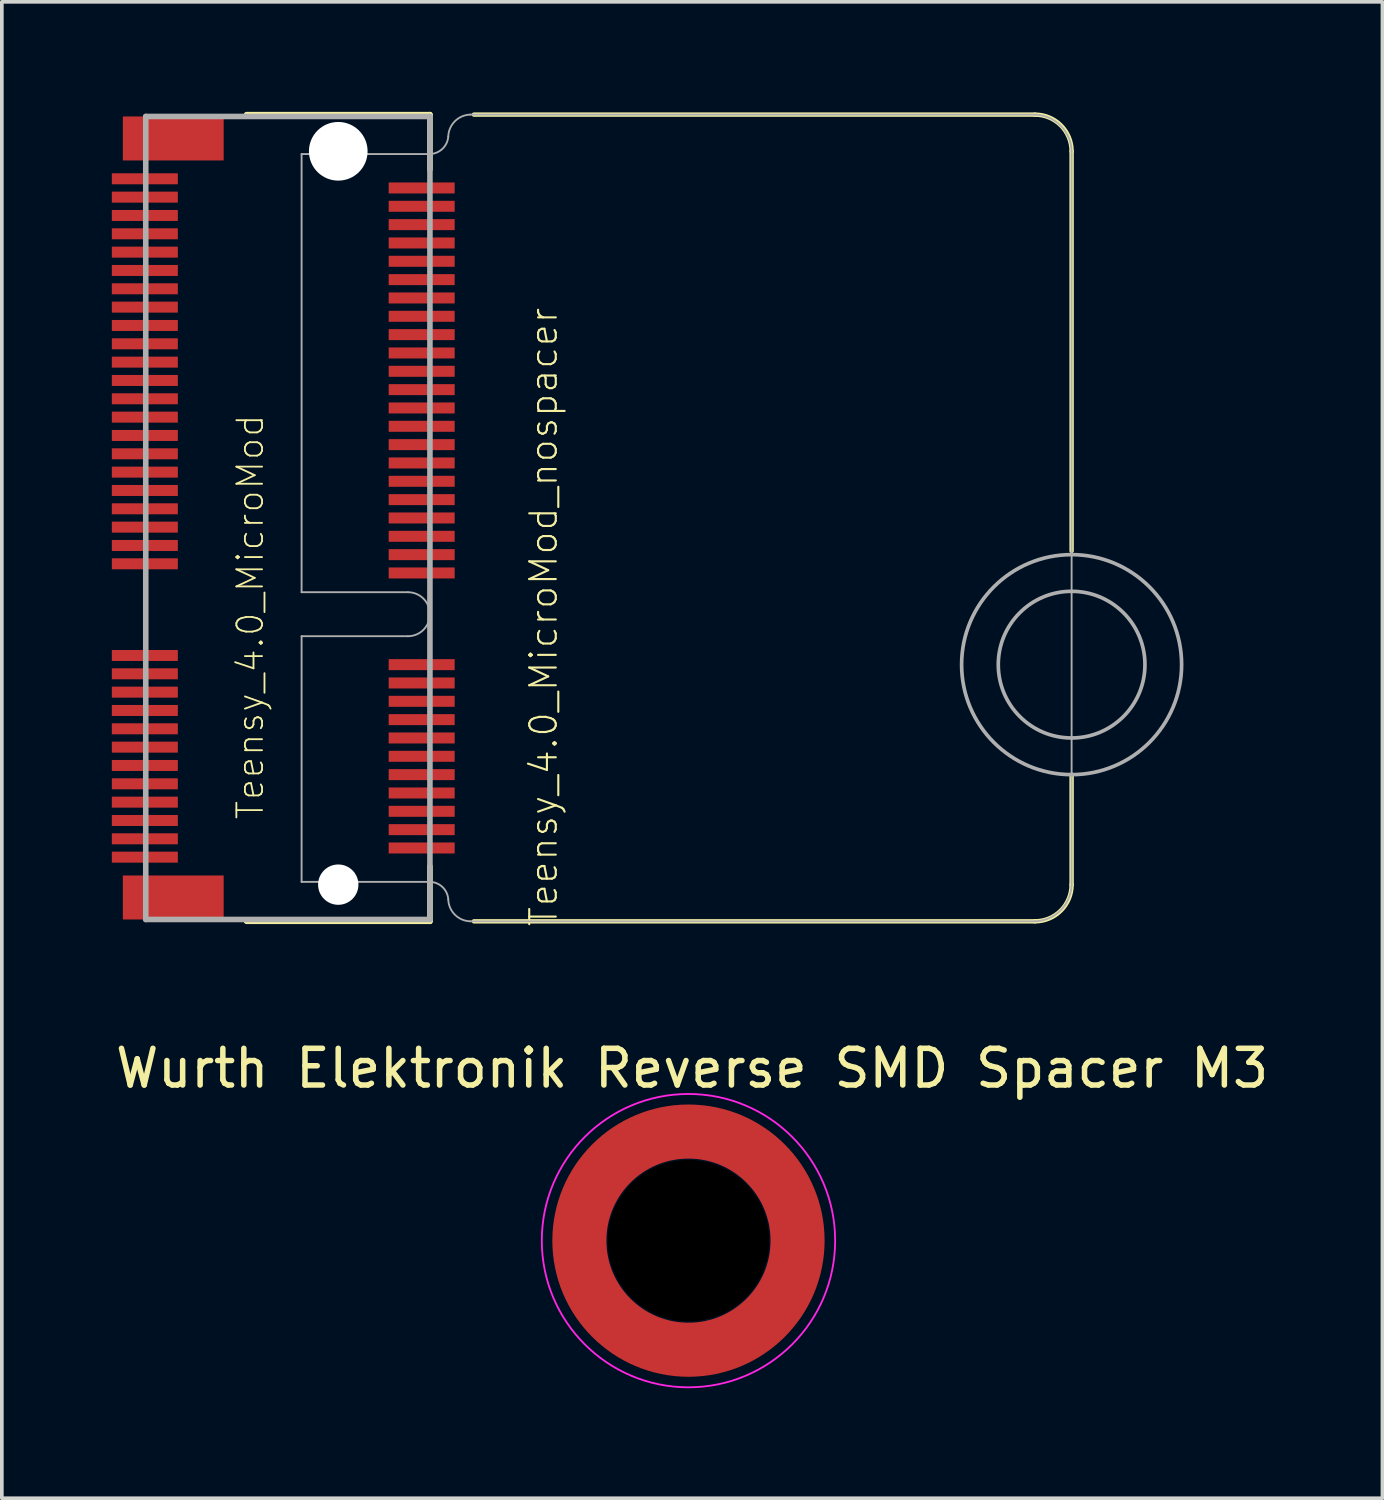
<source format=kicad_pcb>
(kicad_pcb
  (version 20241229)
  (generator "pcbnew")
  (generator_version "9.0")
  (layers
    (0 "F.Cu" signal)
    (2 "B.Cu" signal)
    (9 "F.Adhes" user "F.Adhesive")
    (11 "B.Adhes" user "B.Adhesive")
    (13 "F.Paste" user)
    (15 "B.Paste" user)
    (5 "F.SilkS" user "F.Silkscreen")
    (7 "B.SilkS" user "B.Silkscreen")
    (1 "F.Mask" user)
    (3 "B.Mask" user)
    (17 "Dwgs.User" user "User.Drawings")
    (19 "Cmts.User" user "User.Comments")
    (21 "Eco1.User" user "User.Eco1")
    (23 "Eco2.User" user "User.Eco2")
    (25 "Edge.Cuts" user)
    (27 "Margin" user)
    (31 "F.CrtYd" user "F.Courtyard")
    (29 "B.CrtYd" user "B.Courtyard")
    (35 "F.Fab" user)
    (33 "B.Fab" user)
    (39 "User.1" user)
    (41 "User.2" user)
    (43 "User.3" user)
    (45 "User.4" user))
  (footprint "Wurth Elektronik Reverse SMD Spacer M3"
    (layer "F.Cu")
    (at 15.726 30.785)
    (property "Reference" "Wurth Elektronik Reverse SMD Spacer M3" (at 0.1 -4.7 0) (layer "F.SilkS") (effects (font (size 1.001 1.001) (thickness 0.15))))
    (attr through_hole)
    (fp_circle (center 0 0) (end 2.975 0) (stroke (width 1.475) (type solid)) (fill no) (layer "F.Cu"))
    (fp_circle (center 0 0) (end 3.883 0) (stroke (width 0) (type solid)) (fill yes) (layer "F.Mask"))
    (fp_circle (center 0 0) (end 4 0) (stroke (width 0.05) (type solid)) (fill no) (layer "F.CrtYd"))
    (pad "" np_thru_hole circle (at 0 0) (size 4.4 4.4) (drill 4.4) (layers "*.Mask")))
  (footprint "Teensy_4.0_MicroMod_nospacer"
    (layer "F.Cu")
    (at 8.675 13.776)
    (property "Reference" "Teensy_4.0_MicroMod_nospacer" (at 3.1 0 90) (layer "F.SilkS") (effects (font (size 0.724 0.724) (thickness 0.058))))
    (attr through_hole)
    (fp_line (start -5 -13.7) (end 0 -13.7) (stroke (width 0.152) (type solid)) (layer "F.SilkS"))
    (fp_line (start -5 8.3) (end 0 8.3) (stroke (width 0.152) (type solid)) (layer "F.SilkS"))
    (fp_line (start 0 -12.2) (end 0 -13.7) (stroke (width 0.152) (type solid)) (layer "F.SilkS"))
    (fp_line (start 0 8.3) (end 0 6.8) (stroke (width 0.152) (type solid)) (layer "F.SilkS"))
    (fp_line (start 1.2 -13.7) (end 16.5 -13.7) (stroke (width 0.12) (type solid)) (layer "F.SilkS"))
    (fp_line (start 1.2 8.3) (end 16.5 8.3) (stroke (width 0.12) (type solid)) (layer "F.SilkS"))
    (fp_line (start 17.5 -12.7) (end 17.5 -1.8) (stroke (width 0.12) (type solid)) (layer "F.SilkS"))
    (fp_line (start 17.5 4.3) (end 17.5 7.3) (stroke (width 0.12) (type solid)) (layer "F.SilkS"))
    (fp_arc (start 16.5 -13.7) (mid 17.207107 -13.407107) (end 17.5 -12.7) (stroke (width 0.12) (type solid)) (layer "F.SilkS"))
    (fp_arc (start 17.5 7.3) (mid 17.207107 8.007107) (end 16.5 8.3) (stroke (width 0.12) (type solid)) (layer "F.SilkS"))
    (fp_line (start -7.75 -13.65) (end -7.75 8.25) (stroke (width 0.152) (type solid)) (layer "F.Fab"))
    (fp_line (start -7.75 8.25) (end 0 8.25) (stroke (width 0.152) (type solid)) (layer "F.Fab"))
    (fp_line (start -3.5 -12.625) (end 0 -12.625) (stroke (width 0.051) (type solid)) (layer "F.Fab"))
    (fp_line (start -3.5 -0.675) (end -3.5 -12.625) (stroke (width 0.051) (type solid)) (layer "F.Fab"))
    (fp_line (start -3.5 7.225) (end -3.5 0.525) (stroke (width 0.051) (type solid)) (layer "F.Fab"))
    (fp_line (start -0.6 -0.675) (end -3.5 -0.675) (stroke (width 0.051) (type solid)) (layer "F.Fab"))
    (fp_line (start -0.6 0.525) (end -3.5 0.525) (stroke (width 0.051) (type solid)) (layer "F.Fab"))
    (fp_line (start 0 -13.65) (end -7.75 -13.65) (stroke (width 0.152) (type solid)) (layer "F.Fab"))
    (fp_line (start 0 7.225) (end -3.5 7.225) (stroke (width 0.051) (type solid)) (layer "F.Fab"))
    (fp_line (start 0 8.25) (end 0 -13.65) (stroke (width 0.152) (type solid)) (layer "F.Fab"))
    (fp_line (start 16.5 -13.7) (end 1.1 -13.7) (stroke (width 0.051) (type solid)) (layer "F.Fab"))
    (fp_line (start 16.5 8.3) (end 1.1 8.3) (stroke (width 0.05) (type solid)) (layer "F.Fab"))
    (fp_line (start 17.5 7.3) (end 17.5 -12.7) (stroke (width 0.051) (type solid)) (layer "F.Fab"))
    (fp_arc (start -0.6 -0.675) (mid 0 -0.075) (end -0.6 0.525) (stroke (width 0.0508) (type solid)) (layer "F.Fab"))
    (fp_arc (start 0 7.225) (mid 0.342298 7.365344) (end 0.5 7.7) (stroke (width 0.0508) (type solid)) (layer "F.Fab"))
    (fp_arc (start 0.499999 -13.100001) (mid 0.680638 -13.519362) (end 1.1 -13.7) (stroke (width 0.05) (type solid)) (layer "F.Fab"))
    (fp_arc (start 0.5 -13.1) (mid 0.340954 -12.766759) (end 0 -12.625) (stroke (width 0.0508) (type solid)) (layer "F.Fab"))
    (fp_arc (start 1.099999 8.299999) (mid 0.680638 8.119361) (end 0.5 7.7) (stroke (width 0.05) (type solid)) (layer "F.Fab"))
    (fp_arc (start 16.5 -13.7) (mid 17.2 -13.4) (end 17.5 -12.7) (stroke (width 0.05) (type solid)) (layer "F.Fab"))
    (fp_arc (start 17.5 7.3) (mid 17.2 8) (end 16.5 8.3) (stroke (width 0.05) (type solid)) (layer "F.Fab"))
    (fp_circle (center 17.5 1.3) (end 17.5 4.3) (stroke (width 0.05) (type solid)) (fill no) (layer "F.Fab"))
    (fp_circle (center 17.5 1.3) (end 19.5 1.3) (stroke (width 0.1) (type solid)) (fill no) (layer "F.Fab"))
    (fp_circle (center 17.5 1.3) (end 20.5 1.3) (stroke (width 0.1) (type solid)) (fill no) (layer "F.Fab"))
    (fp_text user "Teensy_4.0_MicroMod" (at -4.9 0 90) (layer "F.SilkS") (effects (font (size 0.7 0.7) (thickness 0.05))))
    (pad "" np_thru_hole circle (at -2.5 -12.7 270) (size 1.6 1.6) (drill 1.6) (layers "*.Cu" "*.Mask"))
    (pad "" np_thru_hole circle (at -2.5 7.3 270) (size 1.1 1.1) (drill 1.1) (layers "*.Cu" "*.Mask"))
    (pad "1" smd rect (at -7.775 6.55 90) (size 0.3 1.8) (layers "F.Cu" "F.Mask" "F.Paste"))
    (pad "2" smd rect (at -0.225 6.3 90) (size 0.3 1.8) (layers "F.Cu" "F.Mask" "F.Paste"))
    (pad "3" smd rect (at -7.775 6.05 90) (size 0.3 1.8) (layers "F.Cu" "F.Mask" "F.Paste"))
    (pad "4" smd rect (at -0.225 5.8 90) (size 0.3 1.8) (layers "F.Cu" "F.Mask" "F.Paste"))
    (pad "5" smd rect (at -7.775 5.55 90) (size 0.3 1.8) (layers "F.Cu" "F.Mask" "F.Paste"))
    (pad "6" smd rect (at -0.225 5.3 90) (size 0.3 1.8) (layers "F.Cu" "F.Mask" "F.Paste"))
    (pad "7" smd rect (at -7.775 5.05 90) (size 0.3 1.8) (layers "F.Cu" "F.Mask" "F.Paste"))
    (pad "8" smd rect (at -0.225 4.8 90) (size 0.3 1.8) (layers "F.Cu" "F.Mask" "F.Paste"))
    (pad "9" smd rect (at -7.775 4.55 90) (size 0.3 1.8) (layers "F.Cu" "F.Mask" "F.Paste"))
    (pad "10" smd rect (at -0.225 4.3 90) (size 0.3 1.8) (layers "F.Cu" "F.Mask" "F.Paste"))
    (pad "11" smd rect (at -7.775 4.05 90) (size 0.3 1.8) (layers "F.Cu" "F.Mask" "F.Paste"))
    (pad "12" smd rect (at -0.225 3.8 90) (size 0.3 1.8) (layers "F.Cu" "F.Mask" "F.Paste"))
    (pad "13" smd rect (at -7.775 3.55 90) (size 0.3 1.8) (layers "F.Cu" "F.Mask" "F.Paste"))
    (pad "14" smd rect (at -0.225 3.3 90) (size 0.3 1.8) (layers "F.Cu" "F.Mask" "F.Paste"))
    (pad "15" smd rect (at -7.775 3.05 90) (size 0.3 1.8) (layers "F.Cu" "F.Mask" "F.Paste"))
    (pad "16" smd rect (at -0.225 2.8 90) (size 0.3 1.8) (layers "F.Cu" "F.Mask" "F.Paste"))
    (pad "17" smd rect (at -7.775 2.55 90) (size 0.3 1.8) (layers "F.Cu" "F.Mask" "F.Paste"))
    (pad "18" smd rect (at -0.225 2.3 90) (size 0.3 1.8) (layers "F.Cu" "F.Mask" "F.Paste"))
    (pad "19" smd rect (at -7.775 2.05 90) (size 0.3 1.8) (layers "F.Cu" "F.Mask" "F.Paste"))
    (pad "20" smd rect (at -0.225 1.8 90) (size 0.3 1.8) (layers "F.Cu" "F.Mask" "F.Paste"))
    (pad "21" smd rect (at -7.775 1.55 90) (size 0.3 1.8) (layers "F.Cu" "F.Mask" "F.Paste"))
    (pad "22" smd rect (at -0.225 1.3 90) (size 0.3 1.8) (layers "F.Cu" "F.Mask" "F.Paste"))
    (pad "23" smd rect (at -7.775 1.05 90) (size 0.3 1.8) (layers "F.Cu" "F.Mask" "F.Paste"))
    (pad "32" smd rect (at -0.225 -1.2 90) (size 0.3 1.8) (layers "F.Cu" "F.Mask" "F.Paste"))
    (pad "33" smd rect (at -7.775 -1.45 90) (size 0.3 1.8) (layers "F.Cu" "F.Mask" "F.Paste"))
    (pad "34" smd rect (at -0.225 -1.7 90) (size 0.3 1.8) (layers "F.Cu" "F.Mask" "F.Paste"))
    (pad "35" smd rect (at -7.775 -1.95 90) (size 0.3 1.8) (layers "F.Cu" "F.Mask" "F.Paste"))
    (pad "36" smd rect (at -0.225 -2.2 90) (size 0.3 1.8) (layers "F.Cu" "F.Mask" "F.Paste"))
    (pad "37" smd rect (at -7.775 -2.45 90) (size 0.3 1.8) (layers "F.Cu" "F.Mask" "F.Paste"))
    (pad "38" smd rect (at -0.225 -2.7 90) (size 0.3 1.8) (layers "F.Cu" "F.Mask" "F.Paste"))
    (pad "39" smd rect (at -7.775 -2.95 90) (size 0.3 1.8) (layers "F.Cu" "F.Mask" "F.Paste"))
    (pad "40" smd rect (at -0.225 -3.2 90) (size 0.3 1.8) (layers "F.Cu" "F.Mask" "F.Paste"))
    (pad "41" smd rect (at -7.775 -3.45 90) (size 0.3 1.8) (layers "F.Cu" "F.Mask" "F.Paste"))
    (pad "42" smd rect (at -0.225 -3.7 90) (size 0.3 1.8) (layers "F.Cu" "F.Mask" "F.Paste"))
    (pad "43" smd rect (at -7.775 -3.95 90) (size 0.3 1.8) (layers "F.Cu" "F.Mask" "F.Paste"))
    (pad "44" smd rect (at -0.225 -4.2 90) (size 0.3 1.8) (layers "F.Cu" "F.Mask" "F.Paste"))
    (pad "45" smd rect (at -7.775 -4.45 90) (size 0.3 1.8) (layers "F.Cu" "F.Mask" "F.Paste"))
    (pad "46" smd rect (at -0.225 -4.7 90) (size 0.3 1.8) (layers "F.Cu" "F.Mask" "F.Paste"))
    (pad "47" smd rect (at -7.775 -4.95 90) (size 0.3 1.8) (layers "F.Cu" "F.Mask" "F.Paste"))
    (pad "48" smd rect (at -0.225 -5.2 90) (size 0.3 1.8) (layers "F.Cu" "F.Mask" "F.Paste"))
    (pad "49" smd rect (at -7.775 -5.45 90) (size 0.3 1.8) (layers "F.Cu" "F.Mask" "F.Paste"))
    (pad "50" smd rect (at -0.225 -5.7 90) (size 0.3 1.8) (layers "F.Cu" "F.Mask" "F.Paste"))
    (pad "51" smd rect (at -7.775 -5.95 90) (size 0.3 1.8) (layers "F.Cu" "F.Mask" "F.Paste"))
    (pad "52" smd rect (at -0.225 -6.2 90) (size 0.3 1.8) (layers "F.Cu" "F.Mask" "F.Paste"))
    (pad "53" smd rect (at -7.775 -6.45 90) (size 0.3 1.8) (layers "F.Cu" "F.Mask" "F.Paste"))
    (pad "54" smd rect (at -0.225 -6.7 90) (size 0.3 1.8) (layers "F.Cu" "F.Mask" "F.Paste"))
    (pad "55" smd rect (at -7.775 -6.95 90) (size 0.3 1.8) (layers "F.Cu" "F.Mask" "F.Paste"))
    (pad "56" smd rect (at -0.225 -7.2 90) (size 0.3 1.8) (layers "F.Cu" "F.Mask" "F.Paste"))
    (pad "57" smd rect (at -7.775 -7.45 90) (size 0.3 1.8) (layers "F.Cu" "F.Mask" "F.Paste"))
    (pad "58" smd rect (at -0.225 -7.7 90) (size 0.3 1.8) (layers "F.Cu" "F.Mask" "F.Paste"))
    (pad "59" smd rect (at -7.775 -7.95 90) (size 0.3 1.8) (layers "F.Cu" "F.Mask" "F.Paste"))
    (pad "60" smd rect (at -0.225 -8.2 90) (size 0.3 1.8) (layers "F.Cu" "F.Mask" "F.Paste"))
    (pad "61" smd rect (at -7.775 -8.45 90) (size 0.3 1.8) (layers "F.Cu" "F.Mask" "F.Paste"))
    (pad "62" smd rect (at -0.225 -8.7 90) (size 0.3 1.8) (layers "F.Cu" "F.Mask" "F.Paste"))
    (pad "63" smd rect (at -7.775 -8.95 90) (size 0.3 1.8) (layers "F.Cu" "F.Mask" "F.Paste"))
    (pad "64" smd rect (at -0.225 -9.2 90) (size 0.3 1.8) (layers "F.Cu" "F.Mask" "F.Paste"))
    (pad "65" smd rect (at -7.775 -9.45 90) (size 0.3 1.8) (layers "F.Cu" "F.Mask" "F.Paste"))
    (pad "66" smd rect (at -0.225 -9.7 90) (size 0.3 1.8) (layers "F.Cu" "F.Mask" "F.Paste"))
    (pad "67" smd rect (at -7.775 -9.95 90) (size 0.3 1.8) (layers "F.Cu" "F.Mask" "F.Paste"))
    (pad "68" smd rect (at -0.225 -10.2 90) (size 0.3 1.8) (layers "F.Cu" "F.Mask" "F.Paste"))
    (pad "69" smd rect (at -7.775 -10.45 90) (size 0.3 1.8) (layers "F.Cu" "F.Mask" "F.Paste"))
    (pad "70" smd rect (at -0.225 -10.7 90) (size 0.3 1.8) (layers "F.Cu" "F.Mask" "F.Paste"))
    (pad "71" smd rect (at -7.775 -10.95 90) (size 0.3 1.8) (layers "F.Cu" "F.Mask" "F.Paste"))
    (pad "72" smd rect (at -0.225 -11.2 90) (size 0.3 1.8) (layers "F.Cu" "F.Mask" "F.Paste"))
    (pad "73" smd rect (at -7.775 -11.45 90) (size 0.3 1.8) (layers "F.Cu" "F.Mask" "F.Paste"))
    (pad "74" smd rect (at -0.225 -11.7 90) (size 0.3 1.8) (layers "F.Cu" "F.Mask" "F.Paste"))
    (pad "75" smd rect (at -7.775 -11.95 90) (size 0.3 1.8) (layers "F.Cu" "F.Mask" "F.Paste"))
    (pad "A1" smd rect (at -7 7.65 90) (size 1.2 2.75) (layers "F.Cu" "F.Mask" "F.Paste"))
    (pad "A2" smd rect (at -7 -13.05 90) (size 1.2 2.75) (layers "F.Cu" "F.Mask" "F.Paste")))
  (gr_rect
    (start -3 -3)
    (end 34.652 37.81)
    (stroke (width 0.1) (type default))
    (fill no)
    (layer "Edge.Cuts")))
</source>
